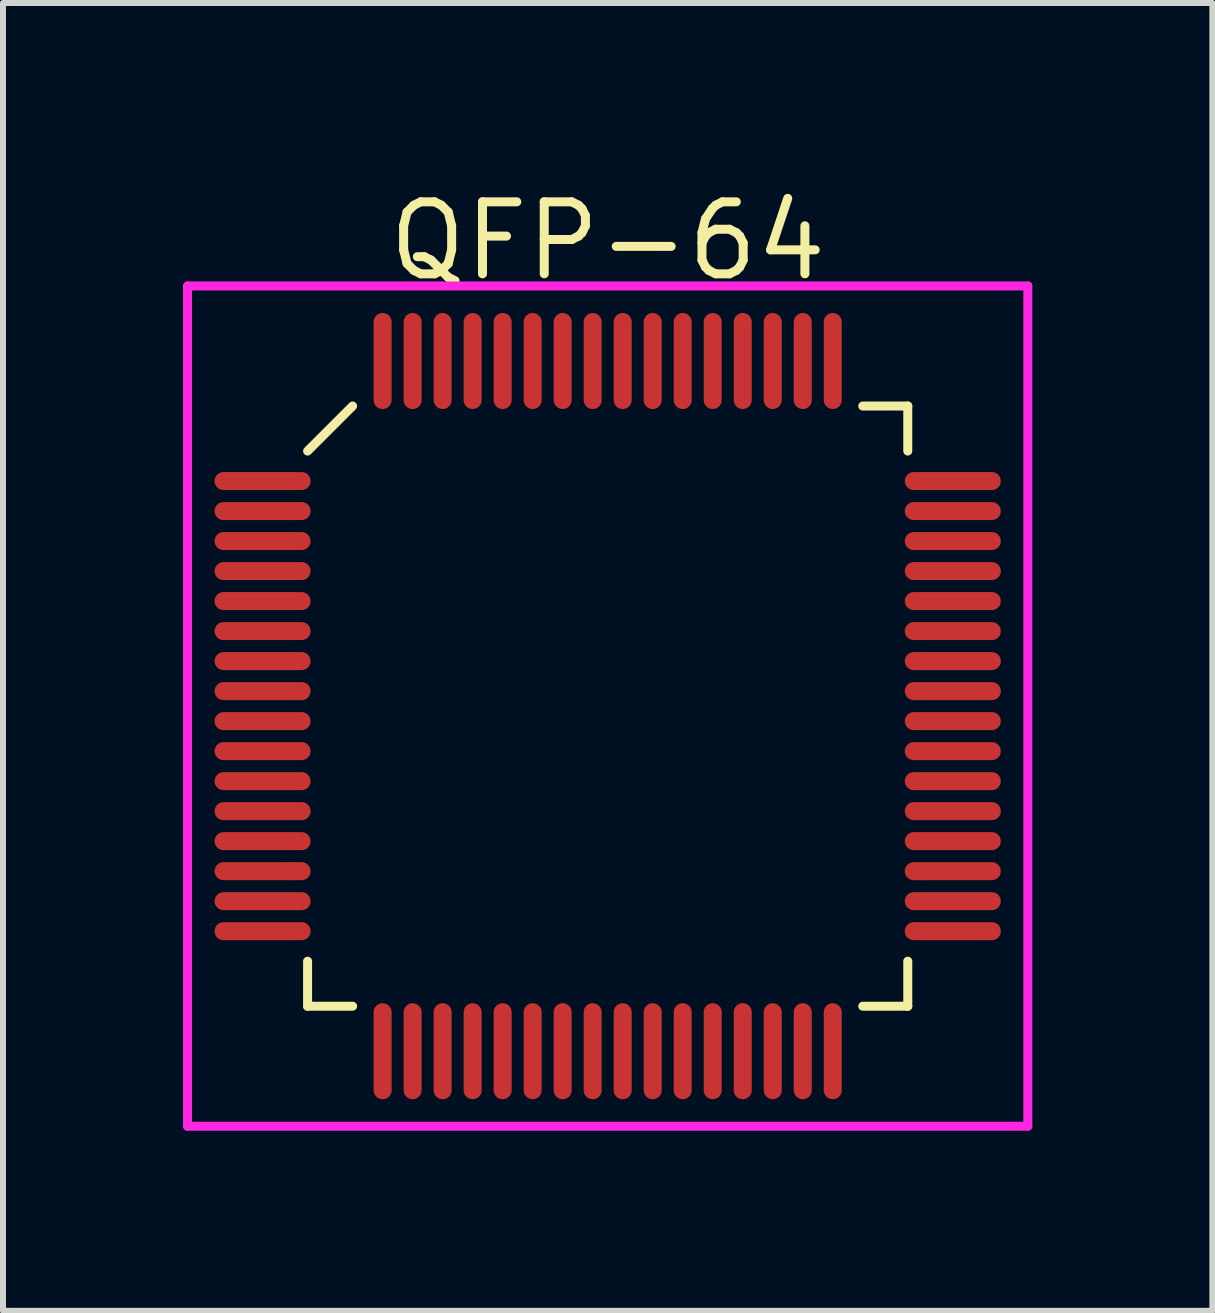
<source format=kicad_pcb>
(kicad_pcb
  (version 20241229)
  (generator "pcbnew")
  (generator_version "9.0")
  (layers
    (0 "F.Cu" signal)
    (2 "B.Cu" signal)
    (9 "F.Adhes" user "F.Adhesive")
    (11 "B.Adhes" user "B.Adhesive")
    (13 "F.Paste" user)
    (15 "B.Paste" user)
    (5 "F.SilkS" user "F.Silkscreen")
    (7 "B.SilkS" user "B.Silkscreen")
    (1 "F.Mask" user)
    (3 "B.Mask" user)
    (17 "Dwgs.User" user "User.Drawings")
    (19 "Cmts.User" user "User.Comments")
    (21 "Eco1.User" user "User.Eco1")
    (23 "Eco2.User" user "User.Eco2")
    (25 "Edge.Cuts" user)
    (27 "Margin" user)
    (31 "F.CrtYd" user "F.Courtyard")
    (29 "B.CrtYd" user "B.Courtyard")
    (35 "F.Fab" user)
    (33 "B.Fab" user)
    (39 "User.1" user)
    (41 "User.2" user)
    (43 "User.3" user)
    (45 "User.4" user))
  (footprint "QFP-64"
    (layer "F.Cu")
    (at 7.075 8.715)
    (property "Reference" "QFP-64" (at 0 -7.75 0) (layer "F.SilkS") (effects (font (size 1.2 1.2) (thickness 0.15))))
    (attr through_hole)
    (fp_line (start -5 -4.25) (end -4.25 -5) (stroke (width 0.15) (type solid)) (layer "F.SilkS"))
    (fp_line (start -5 5) (end -5 4.25) (stroke (width 0.15) (type solid)) (layer "F.SilkS"))
    (fp_line (start -4.25 5) (end -5 5) (stroke (width 0.15) (type solid)) (layer "F.SilkS"))
    (fp_line (start 4.25 -5) (end 5 -5) (stroke (width 0.15) (type solid)) (layer "F.SilkS"))
    (fp_line (start 4.25 5) (end 5 5) (stroke (width 0.15) (type solid)) (layer "F.SilkS"))
    (fp_line (start 5 -5) (end 5 -4.25) (stroke (width 0.15) (type solid)) (layer "F.SilkS"))
    (fp_line (start 5 5) (end 5 4.25) (stroke (width 0.15) (type solid)) (layer "F.SilkS"))
    (fp_line (start -7 -7) (end 7 -7) (stroke (width 0.15) (type solid)) (layer "F.CrtYd"))
    (fp_line (start -7 7) (end -7 -7) (stroke (width 0.15) (type solid)) (layer "F.CrtYd"))
    (fp_line (start 7 -7) (end 7 7) (stroke (width 0.15) (type solid)) (layer "F.CrtYd"))
    (fp_line (start 7 7) (end -7 7) (stroke (width 0.15) (type solid)) (layer "F.CrtYd"))
    (pad "1" smd oval (at -5.75 -3.75 90) (size 0.3 1.6) (layers "F.Cu" "F.Mask" "F.Paste"))
    (pad "2" smd oval (at -5.75 -3.25 90) (size 0.3 1.6) (layers "F.Cu" "F.Mask" "F.Paste"))
    (pad "3" smd oval (at -5.75 -2.75 90) (size 0.3 1.6) (layers "F.Cu" "F.Mask" "F.Paste"))
    (pad "4" smd oval (at -5.75 -2.25 90) (size 0.3 1.6) (layers "F.Cu" "F.Mask" "F.Paste"))
    (pad "5" smd oval (at -5.75 -1.75 90) (size 0.3 1.6) (layers "F.Cu" "F.Mask" "F.Paste"))
    (pad "6" smd oval (at -5.75 -1.25 90) (size 0.3 1.6) (layers "F.Cu" "F.Mask" "F.Paste"))
    (pad "7" smd oval (at -5.75 -0.75 90) (size 0.3 1.6) (layers "F.Cu" "F.Mask" "F.Paste"))
    (pad "8" smd oval (at -5.75 -0.25 90) (size 0.3 1.6) (layers "F.Cu" "F.Mask" "F.Paste"))
    (pad "9" smd oval (at -5.75 0.25 90) (size 0.3 1.6) (layers "F.Cu" "F.Mask" "F.Paste"))
    (pad "10" smd oval (at -5.75 0.75 90) (size 0.3 1.6) (layers "F.Cu" "F.Mask" "F.Paste"))
    (pad "11" smd oval (at -5.75 1.25 90) (size 0.3 1.6) (layers "F.Cu" "F.Mask" "F.Paste"))
    (pad "12" smd oval (at -5.75 1.75 90) (size 0.3 1.6) (layers "F.Cu" "F.Mask" "F.Paste"))
    (pad "13" smd oval (at -5.75 2.25 90) (size 0.3 1.6) (layers "F.Cu" "F.Mask" "F.Paste"))
    (pad "14" smd oval (at -5.75 2.75 90) (size 0.3 1.6) (layers "F.Cu" "F.Mask" "F.Paste"))
    (pad "15" smd oval (at -5.75 3.25 90) (size 0.3 1.6) (layers "F.Cu" "F.Mask" "F.Paste"))
    (pad "16" smd oval (at -5.75 3.75 90) (size 0.3 1.6) (layers "F.Cu" "F.Mask" "F.Paste"))
    (pad "17" smd oval (at -3.75 5.75) (size 0.3 1.6) (layers "F.Cu" "F.Mask" "F.Paste"))
    (pad "18" smd oval (at -3.25 5.75) (size 0.3 1.6) (layers "F.Cu" "F.Mask" "F.Paste"))
    (pad "19" smd oval (at -2.75 5.75) (size 0.3 1.6) (layers "F.Cu" "F.Mask" "F.Paste"))
    (pad "20" smd oval (at -2.25 5.75) (size 0.3 1.6) (layers "F.Cu" "F.Mask" "F.Paste"))
    (pad "21" smd oval (at -1.75 5.75) (size 0.3 1.6) (layers "F.Cu" "F.Mask" "F.Paste"))
    (pad "22" smd oval (at -1.25 5.75) (size 0.3 1.6) (layers "F.Cu" "F.Mask" "F.Paste"))
    (pad "23" smd oval (at -0.75 5.75) (size 0.3 1.6) (layers "F.Cu" "F.Mask" "F.Paste"))
    (pad "24" smd oval (at -0.25 5.75) (size 0.3 1.6) (layers "F.Cu" "F.Mask" "F.Paste"))
    (pad "25" smd oval (at 0.25 5.75) (size 0.3 1.6) (layers "F.Cu" "F.Mask" "F.Paste"))
    (pad "26" smd oval (at 0.75 5.75) (size 0.3 1.6) (layers "F.Cu" "F.Mask" "F.Paste"))
    (pad "27" smd oval (at 1.25 5.75) (size 0.3 1.6) (layers "F.Cu" "F.Mask" "F.Paste"))
    (pad "28" smd oval (at 1.75 5.75) (size 0.3 1.6) (layers "F.Cu" "F.Mask" "F.Paste"))
    (pad "29" smd oval (at 2.25 5.75) (size 0.3 1.6) (layers "F.Cu" "F.Mask" "F.Paste"))
    (pad "30" smd oval (at 2.75 5.75) (size 0.3 1.6) (layers "F.Cu" "F.Mask" "F.Paste"))
    (pad "31" smd oval (at 3.25 5.75) (size 0.3 1.6) (layers "F.Cu" "F.Mask" "F.Paste"))
    (pad "32" smd oval (at 3.75 5.75) (size 0.3 1.6) (layers "F.Cu" "F.Mask" "F.Paste"))
    (pad "33" smd oval (at 5.75 3.75 90) (size 0.3 1.6) (layers "F.Cu" "F.Mask" "F.Paste"))
    (pad "34" smd oval (at 5.75 3.25 90) (size 0.3 1.6) (layers "F.Cu" "F.Mask" "F.Paste"))
    (pad "35" smd oval (at 5.75 2.75 90) (size 0.3 1.6) (layers "F.Cu" "F.Mask" "F.Paste"))
    (pad "36" smd oval (at 5.75 2.25 90) (size 0.3 1.6) (layers "F.Cu" "F.Mask" "F.Paste"))
    (pad "37" smd oval (at 5.75 1.75 90) (size 0.3 1.6) (layers "F.Cu" "F.Mask" "F.Paste"))
    (pad "38" smd oval (at 5.75 1.25 90) (size 0.3 1.6) (layers "F.Cu" "F.Mask" "F.Paste"))
    (pad "39" smd oval (at 5.75 0.75 90) (size 0.3 1.6) (layers "F.Cu" "F.Mask" "F.Paste"))
    (pad "40" smd oval (at 5.75 0.25 90) (size 0.3 1.6) (layers "F.Cu" "F.Mask" "F.Paste"))
    (pad "41" smd oval (at 5.75 -0.25 90) (size 0.3 1.6) (layers "F.Cu" "F.Mask" "F.Paste"))
    (pad "42" smd oval (at 5.75 -0.75 90) (size 0.3 1.6) (layers "F.Cu" "F.Mask" "F.Paste"))
    (pad "43" smd oval (at 5.75 -1.25 90) (size 0.3 1.6) (layers "F.Cu" "F.Mask" "F.Paste"))
    (pad "44" smd oval (at 5.75 -1.75 90) (size 0.3 1.6) (layers "F.Cu" "F.Mask" "F.Paste"))
    (pad "45" smd oval (at 5.75 -2.25 90) (size 0.3 1.6) (layers "F.Cu" "F.Mask" "F.Paste"))
    (pad "46" smd oval (at 5.75 -2.75 90) (size 0.3 1.6) (layers "F.Cu" "F.Mask" "F.Paste"))
    (pad "47" smd oval (at 5.75 -3.25 90) (size 0.3 1.6) (layers "F.Cu" "F.Mask" "F.Paste"))
    (pad "48" smd oval (at 5.75 -3.75 90) (size 0.3 1.6) (layers "F.Cu" "F.Mask" "F.Paste"))
    (pad "49" smd oval (at 3.75 -5.75) (size 0.3 1.6) (layers "F.Cu" "F.Mask" "F.Paste"))
    (pad "50" smd oval (at 3.25 -5.75) (size 0.3 1.6) (layers "F.Cu" "F.Mask" "F.Paste"))
    (pad "51" smd oval (at 2.75 -5.75) (size 0.3 1.6) (layers "F.Cu" "F.Mask" "F.Paste"))
    (pad "52" smd oval (at 2.25 -5.75) (size 0.3 1.6) (layers "F.Cu" "F.Mask" "F.Paste"))
    (pad "53" smd oval (at 1.75 -5.75) (size 0.3 1.6) (layers "F.Cu" "F.Mask" "F.Paste"))
    (pad "54" smd oval (at 1.25 -5.75) (size 0.3 1.6) (layers "F.Cu" "F.Mask" "F.Paste"))
    (pad "55" smd oval (at 0.75 -5.75) (size 0.3 1.6) (layers "F.Cu" "F.Mask" "F.Paste"))
    (pad "56" smd oval (at 0.25 -5.75) (size 0.3 1.6) (layers "F.Cu" "F.Mask" "F.Paste"))
    (pad "57" smd oval (at -0.25 -5.75) (size 0.3 1.6) (layers "F.Cu" "F.Mask" "F.Paste"))
    (pad "58" smd oval (at -0.75 -5.75) (size 0.3 1.6) (layers "F.Cu" "F.Mask" "F.Paste"))
    (pad "59" smd oval (at -1.25 -5.75) (size 0.3 1.6) (layers "F.Cu" "F.Mask" "F.Paste"))
    (pad "60" smd oval (at -1.75 -5.75) (size 0.3 1.6) (layers "F.Cu" "F.Mask" "F.Paste"))
    (pad "61" smd oval (at -2.25 -5.75) (size 0.3 1.6) (layers "F.Cu" "F.Mask" "F.Paste"))
    (pad "62" smd oval (at -2.75 -5.75) (size 0.3 1.6) (layers "F.Cu" "F.Mask" "F.Paste"))
    (pad "63" smd oval (at -3.25 -5.75) (size 0.3 1.6) (layers "F.Cu" "F.Mask" "F.Paste"))
    (pad "64" smd oval (at -3.75 -5.75) (size 0.3 1.6) (layers "F.Cu" "F.Mask" "F.Paste")))
  (gr_rect
    (start -3 -3)
    (end 17.15 18.79)
    (stroke (width 0.1) (type default))
    (fill no)
    (layer "Edge.Cuts")))
</source>
